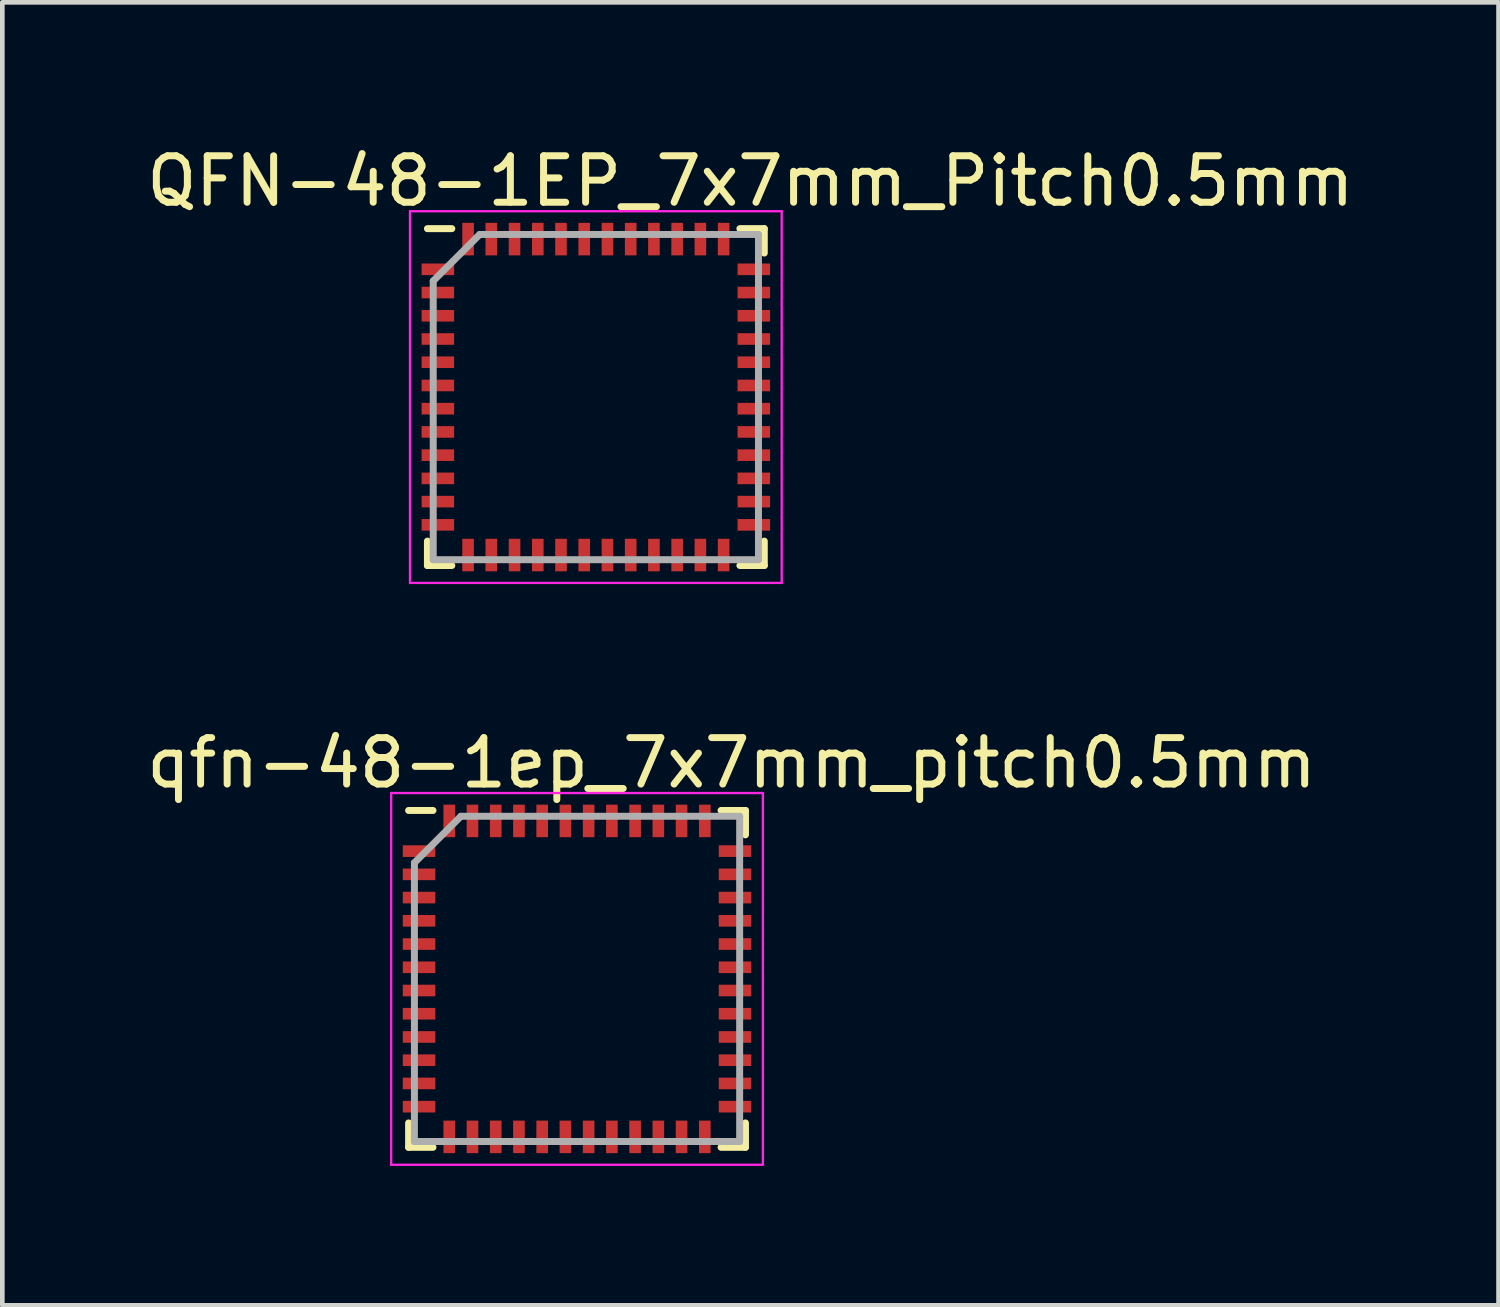
<source format=kicad_pcb>
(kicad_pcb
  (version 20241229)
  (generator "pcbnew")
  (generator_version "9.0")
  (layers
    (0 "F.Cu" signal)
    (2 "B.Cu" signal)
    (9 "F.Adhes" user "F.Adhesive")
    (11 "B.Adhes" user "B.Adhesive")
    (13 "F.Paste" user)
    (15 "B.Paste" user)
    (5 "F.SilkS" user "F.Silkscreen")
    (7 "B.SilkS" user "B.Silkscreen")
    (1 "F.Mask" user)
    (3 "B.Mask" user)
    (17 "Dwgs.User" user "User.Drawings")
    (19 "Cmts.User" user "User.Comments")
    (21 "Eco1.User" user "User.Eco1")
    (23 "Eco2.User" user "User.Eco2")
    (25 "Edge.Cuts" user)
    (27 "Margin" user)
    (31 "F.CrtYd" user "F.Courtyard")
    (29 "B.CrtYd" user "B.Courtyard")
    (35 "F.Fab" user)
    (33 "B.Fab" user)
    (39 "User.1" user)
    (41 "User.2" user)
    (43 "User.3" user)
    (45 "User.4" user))
  (footprint "qfn-48-1ep_7x7mm_pitch0.5mm"
    (layer "F.Cu")
    (at 9.369 18.018)
    (property "Reference" "qfn-48-1ep_7x7mm_pitch0.5mm" (at 3.327 -4.648 0) (layer "F.SilkS") (effects (font (size 1 1) (thickness 0.15))))
    (attr smd)
    (fp_line (start -3.625 -3.625) (end -3.1 -3.625) (stroke (width 0.15) (type solid)) (layer "F.SilkS"))
    (fp_line (start -3.625 3.625) (end -3.625 3.1) (stroke (width 0.15) (type solid)) (layer "F.SilkS"))
    (fp_line (start -3.625 3.625) (end -3.1 3.625) (stroke (width 0.15) (type solid)) (layer "F.SilkS"))
    (fp_line (start 3.625 -3.625) (end 3.1 -3.625) (stroke (width 0.15) (type solid)) (layer "F.SilkS"))
    (fp_line (start 3.625 -3.625) (end 3.625 -3.1) (stroke (width 0.15) (type solid)) (layer "F.SilkS"))
    (fp_line (start 3.625 3.625) (end 3.1 3.625) (stroke (width 0.15) (type solid)) (layer "F.SilkS"))
    (fp_line (start 3.625 3.625) (end 3.625 3.1) (stroke (width 0.15) (type solid)) (layer "F.SilkS"))
    (fp_line (start -4 -4) (end -4 4) (stroke (width 0.05) (type solid)) (layer "F.CrtYd"))
    (fp_line (start -4 -4) (end 4 -4) (stroke (width 0.05) (type solid)) (layer "F.CrtYd"))
    (fp_line (start -4 4) (end 4 4) (stroke (width 0.05) (type solid)) (layer "F.CrtYd"))
    (fp_line (start 4 -4) (end 4 4) (stroke (width 0.05) (type solid)) (layer "F.CrtYd"))
    (fp_line (start -3.5 -2.5) (end -2.5 -3.5) (stroke (width 0.15) (type solid)) (layer "F.Fab"))
    (fp_line (start -3.5 3.5) (end -3.5 -2.5) (stroke (width 0.15) (type solid)) (layer "F.Fab"))
    (fp_line (start -2.5 -3.5) (end 3.5 -3.5) (stroke (width 0.15) (type solid)) (layer "F.Fab"))
    (fp_line (start 3.5 -3.5) (end 3.5 3.5) (stroke (width 0.15) (type solid)) (layer "F.Fab"))
    (fp_line (start 3.5 3.5) (end -3.5 3.5) (stroke (width 0.15) (type solid)) (layer "F.Fab"))
    (pad "1" smd rect (at -3.4 -2.75) (size 0.7 0.25) (layers "F.Cu" "F.Mask" "F.Paste"))
    (pad "2" smd rect (at -3.4 -2.25) (size 0.7 0.25) (layers "F.Cu" "F.Mask" "F.Paste"))
    (pad "3" smd rect (at -3.4 -1.75) (size 0.7 0.25) (layers "F.Cu" "F.Mask" "F.Paste"))
    (pad "4" smd rect (at -3.4 -1.25) (size 0.7 0.25) (layers "F.Cu" "F.Mask" "F.Paste"))
    (pad "5" smd rect (at -3.4 -0.75) (size 0.7 0.25) (layers "F.Cu" "F.Mask" "F.Paste"))
    (pad "6" smd rect (at -3.4 -0.25) (size 0.7 0.25) (layers "F.Cu" "F.Mask" "F.Paste"))
    (pad "7" smd rect (at -3.4 0.25) (size 0.7 0.25) (layers "F.Cu" "F.Mask" "F.Paste"))
    (pad "8" smd rect (at -3.4 0.75) (size 0.7 0.25) (layers "F.Cu" "F.Mask" "F.Paste"))
    (pad "9" smd rect (at -3.4 1.25) (size 0.7 0.25) (layers "F.Cu" "F.Mask" "F.Paste"))
    (pad "10" smd rect (at -3.4 1.75) (size 0.7 0.25) (layers "F.Cu" "F.Mask" "F.Paste"))
    (pad "11" smd rect (at -3.4 2.25) (size 0.7 0.25) (layers "F.Cu" "F.Mask" "F.Paste"))
    (pad "12" smd rect (at -3.4 2.75) (size 0.7 0.25) (layers "F.Cu" "F.Mask" "F.Paste"))
    (pad "13" smd rect (at -2.75 3.4 90) (size 0.7 0.25) (layers "F.Cu" "F.Mask" "F.Paste"))
    (pad "14" smd rect (at -2.25 3.4 90) (size 0.7 0.25) (layers "F.Cu" "F.Mask" "F.Paste"))
    (pad "15" smd rect (at -1.75 3.4 90) (size 0.7 0.25) (layers "F.Cu" "F.Mask" "F.Paste"))
    (pad "16" smd rect (at -1.25 3.4 90) (size 0.7 0.25) (layers "F.Cu" "F.Mask" "F.Paste"))
    (pad "17" smd rect (at -0.75 3.4 90) (size 0.7 0.25) (layers "F.Cu" "F.Mask" "F.Paste"))
    (pad "18" smd rect (at -0.25 3.4 90) (size 0.7 0.25) (layers "F.Cu" "F.Mask" "F.Paste"))
    (pad "19" smd rect (at 0.25 3.4 90) (size 0.7 0.25) (layers "F.Cu" "F.Mask" "F.Paste"))
    (pad "20" smd rect (at 0.75 3.4 90) (size 0.7 0.25) (layers "F.Cu" "F.Mask" "F.Paste"))
    (pad "21" smd rect (at 1.25 3.4 90) (size 0.7 0.25) (layers "F.Cu" "F.Mask" "F.Paste"))
    (pad "22" smd rect (at 1.75 3.4 90) (size 0.7 0.25) (layers "F.Cu" "F.Mask" "F.Paste"))
    (pad "23" smd rect (at 2.25 3.4 90) (size 0.7 0.25) (layers "F.Cu" "F.Mask" "F.Paste"))
    (pad "24" smd rect (at 2.75 3.4 90) (size 0.7 0.25) (layers "F.Cu" "F.Mask" "F.Paste"))
    (pad "25" smd rect (at 3.4 2.75) (size 0.7 0.25) (layers "F.Cu" "F.Mask" "F.Paste"))
    (pad "26" smd rect (at 3.4 2.25) (size 0.7 0.25) (layers "F.Cu" "F.Mask" "F.Paste"))
    (pad "27" smd rect (at 3.4 1.75) (size 0.7 0.25) (layers "F.Cu" "F.Mask" "F.Paste"))
    (pad "28" smd rect (at 3.4 1.25) (size 0.7 0.25) (layers "F.Cu" "F.Mask" "F.Paste"))
    (pad "29" smd rect (at 3.4 0.75) (size 0.7 0.25) (layers "F.Cu" "F.Mask" "F.Paste"))
    (pad "30" smd rect (at 3.4 0.25) (size 0.7 0.25) (layers "F.Cu" "F.Mask" "F.Paste"))
    (pad "31" smd rect (at 3.4 -0.25) (size 0.7 0.25) (layers "F.Cu" "F.Mask" "F.Paste"))
    (pad "32" smd rect (at 3.4 -0.75) (size 0.7 0.25) (layers "F.Cu" "F.Mask" "F.Paste"))
    (pad "33" smd rect (at 3.4 -1.25) (size 0.7 0.25) (layers "F.Cu" "F.Mask" "F.Paste"))
    (pad "34" smd rect (at 3.4 -1.75) (size 0.7 0.25) (layers "F.Cu" "F.Mask" "F.Paste"))
    (pad "35" smd rect (at 3.4 -2.25) (size 0.7 0.25) (layers "F.Cu" "F.Mask" "F.Paste"))
    (pad "36" smd rect (at 3.4 -2.75) (size 0.7 0.25) (layers "F.Cu" "F.Mask" "F.Paste"))
    (pad "37" smd rect (at 2.75 -3.4 90) (size 0.7 0.25) (layers "F.Cu" "F.Mask" "F.Paste"))
    (pad "38" smd rect (at 2.25 -3.4 90) (size 0.7 0.25) (layers "F.Cu" "F.Mask" "F.Paste"))
    (pad "39" smd rect (at 1.75 -3.4 90) (size 0.7 0.25) (layers "F.Cu" "F.Mask" "F.Paste"))
    (pad "40" smd rect (at 1.25 -3.4 90) (size 0.7 0.25) (layers "F.Cu" "F.Mask" "F.Paste"))
    (pad "41" smd rect (at 0.75 -3.4 90) (size 0.7 0.25) (layers "F.Cu" "F.Mask" "F.Paste"))
    (pad "42" smd rect (at 0.25 -3.4 90) (size 0.7 0.25) (layers "F.Cu" "F.Mask" "F.Paste"))
    (pad "43" smd rect (at -0.25 -3.4 90) (size 0.7 0.25) (layers "F.Cu" "F.Mask" "F.Paste"))
    (pad "44" smd rect (at -0.75 -3.4 90) (size 0.7 0.25) (layers "F.Cu" "F.Mask" "F.Paste"))
    (pad "45" smd rect (at -1.25 -3.4 90) (size 0.7 0.25) (layers "F.Cu" "F.Mask" "F.Paste"))
    (pad "46" smd rect (at -1.75 -3.4 90) (size 0.7 0.25) (layers "F.Cu" "F.Mask" "F.Paste"))
    (pad "47" smd rect (at -2.25 -3.4 90) (size 0.7 0.25) (layers "F.Cu" "F.Mask" "F.Paste"))
    (pad "48" smd rect (at -2.75 -3.4 90) (size 0.7 0.25) (layers "F.Cu" "F.Mask" "F.Paste")))
  (footprint "QFN-48-1EP_7x7mm_Pitch0.5mm"
    (layer "F.Cu")
    (at 9.774 5.496)
    (property "Reference" "QFN-48-1EP_7x7mm_Pitch0.5mm" (at 3.327 -4.648 0) (layer "F.SilkS") (effects (font (size 1 1) (thickness 0.15))))
    (attr smd)
    (fp_line (start -3.625 -3.625) (end -3.1 -3.625) (stroke (width 0.15) (type solid)) (layer "F.SilkS"))
    (fp_line (start -3.625 3.625) (end -3.625 3.1) (stroke (width 0.15) (type solid)) (layer "F.SilkS"))
    (fp_line (start -3.625 3.625) (end -3.1 3.625) (stroke (width 0.15) (type solid)) (layer "F.SilkS"))
    (fp_line (start 3.625 -3.625) (end 3.1 -3.625) (stroke (width 0.15) (type solid)) (layer "F.SilkS"))
    (fp_line (start 3.625 -3.625) (end 3.625 -3.1) (stroke (width 0.15) (type solid)) (layer "F.SilkS"))
    (fp_line (start 3.625 3.625) (end 3.1 3.625) (stroke (width 0.15) (type solid)) (layer "F.SilkS"))
    (fp_line (start 3.625 3.625) (end 3.625 3.1) (stroke (width 0.15) (type solid)) (layer "F.SilkS"))
    (fp_line (start -4 -4) (end -4 4) (stroke (width 0.05) (type solid)) (layer "F.CrtYd"))
    (fp_line (start -4 -4) (end 4 -4) (stroke (width 0.05) (type solid)) (layer "F.CrtYd"))
    (fp_line (start -4 4) (end 4 4) (stroke (width 0.05) (type solid)) (layer "F.CrtYd"))
    (fp_line (start 4 -4) (end 4 4) (stroke (width 0.05) (type solid)) (layer "F.CrtYd"))
    (fp_line (start -3.5 -2.5) (end -2.5 -3.5) (stroke (width 0.15) (type solid)) (layer "F.Fab"))
    (fp_line (start -3.5 3.5) (end -3.5 -2.5) (stroke (width 0.15) (type solid)) (layer "F.Fab"))
    (fp_line (start -2.5 -3.5) (end 3.5 -3.5) (stroke (width 0.15) (type solid)) (layer "F.Fab"))
    (fp_line (start 3.5 -3.5) (end 3.5 3.5) (stroke (width 0.15) (type solid)) (layer "F.Fab"))
    (fp_line (start 3.5 3.5) (end -3.5 3.5) (stroke (width 0.15) (type solid)) (layer "F.Fab"))
    (pad "1" smd rect (at -3.4 -2.75) (size 0.7 0.25) (layers "F.Cu" "F.Mask" "F.Paste"))
    (pad "2" smd rect (at -3.4 -2.25) (size 0.7 0.25) (layers "F.Cu" "F.Mask" "F.Paste"))
    (pad "3" smd rect (at -3.4 -1.75) (size 0.7 0.25) (layers "F.Cu" "F.Mask" "F.Paste"))
    (pad "4" smd rect (at -3.4 -1.25) (size 0.7 0.25) (layers "F.Cu" "F.Mask" "F.Paste"))
    (pad "5" smd rect (at -3.4 -0.75) (size 0.7 0.25) (layers "F.Cu" "F.Mask" "F.Paste"))
    (pad "6" smd rect (at -3.4 -0.25) (size 0.7 0.25) (layers "F.Cu" "F.Mask" "F.Paste"))
    (pad "7" smd rect (at -3.4 0.25) (size 0.7 0.25) (layers "F.Cu" "F.Mask" "F.Paste"))
    (pad "8" smd rect (at -3.4 0.75) (size 0.7 0.25) (layers "F.Cu" "F.Mask" "F.Paste"))
    (pad "9" smd rect (at -3.4 1.25) (size 0.7 0.25) (layers "F.Cu" "F.Mask" "F.Paste"))
    (pad "10" smd rect (at -3.4 1.75) (size 0.7 0.25) (layers "F.Cu" "F.Mask" "F.Paste"))
    (pad "11" smd rect (at -3.4 2.25) (size 0.7 0.25) (layers "F.Cu" "F.Mask" "F.Paste"))
    (pad "12" smd rect (at -3.4 2.75) (size 0.7 0.25) (layers "F.Cu" "F.Mask" "F.Paste"))
    (pad "13" smd rect (at -2.75 3.4 90) (size 0.7 0.25) (layers "F.Cu" "F.Mask" "F.Paste"))
    (pad "14" smd rect (at -2.25 3.4 90) (size 0.7 0.25) (layers "F.Cu" "F.Mask" "F.Paste"))
    (pad "15" smd rect (at -1.75 3.4 90) (size 0.7 0.25) (layers "F.Cu" "F.Mask" "F.Paste"))
    (pad "16" smd rect (at -1.25 3.4 90) (size 0.7 0.25) (layers "F.Cu" "F.Mask" "F.Paste"))
    (pad "17" smd rect (at -0.75 3.4 90) (size 0.7 0.25) (layers "F.Cu" "F.Mask" "F.Paste"))
    (pad "18" smd rect (at -0.25 3.4 90) (size 0.7 0.25) (layers "F.Cu" "F.Mask" "F.Paste"))
    (pad "19" smd rect (at 0.25 3.4 90) (size 0.7 0.25) (layers "F.Cu" "F.Mask" "F.Paste"))
    (pad "20" smd rect (at 0.75 3.4 90) (size 0.7 0.25) (layers "F.Cu" "F.Mask" "F.Paste"))
    (pad "21" smd rect (at 1.25 3.4 90) (size 0.7 0.25) (layers "F.Cu" "F.Mask" "F.Paste"))
    (pad "22" smd rect (at 1.75 3.4 90) (size 0.7 0.25) (layers "F.Cu" "F.Mask" "F.Paste"))
    (pad "23" smd rect (at 2.25 3.4 90) (size 0.7 0.25) (layers "F.Cu" "F.Mask" "F.Paste"))
    (pad "24" smd rect (at 2.75 3.4 90) (size 0.7 0.25) (layers "F.Cu" "F.Mask" "F.Paste"))
    (pad "25" smd rect (at 3.4 2.75) (size 0.7 0.25) (layers "F.Cu" "F.Mask" "F.Paste"))
    (pad "26" smd rect (at 3.4 2.25) (size 0.7 0.25) (layers "F.Cu" "F.Mask" "F.Paste"))
    (pad "27" smd rect (at 3.4 1.75) (size 0.7 0.25) (layers "F.Cu" "F.Mask" "F.Paste"))
    (pad "28" smd rect (at 3.4 1.25) (size 0.7 0.25) (layers "F.Cu" "F.Mask" "F.Paste"))
    (pad "29" smd rect (at 3.4 0.75) (size 0.7 0.25) (layers "F.Cu" "F.Mask" "F.Paste"))
    (pad "30" smd rect (at 3.4 0.25) (size 0.7 0.25) (layers "F.Cu" "F.Mask" "F.Paste"))
    (pad "31" smd rect (at 3.4 -0.25) (size 0.7 0.25) (layers "F.Cu" "F.Mask" "F.Paste"))
    (pad "32" smd rect (at 3.4 -0.75) (size 0.7 0.25) (layers "F.Cu" "F.Mask" "F.Paste"))
    (pad "33" smd rect (at 3.4 -1.25) (size 0.7 0.25) (layers "F.Cu" "F.Mask" "F.Paste"))
    (pad "34" smd rect (at 3.4 -1.75) (size 0.7 0.25) (layers "F.Cu" "F.Mask" "F.Paste"))
    (pad "35" smd rect (at 3.4 -2.25) (size 0.7 0.25) (layers "F.Cu" "F.Mask" "F.Paste"))
    (pad "36" smd rect (at 3.4 -2.75) (size 0.7 0.25) (layers "F.Cu" "F.Mask" "F.Paste"))
    (pad "37" smd rect (at 2.75 -3.4 90) (size 0.7 0.25) (layers "F.Cu" "F.Mask" "F.Paste"))
    (pad "38" smd rect (at 2.25 -3.4 90) (size 0.7 0.25) (layers "F.Cu" "F.Mask" "F.Paste"))
    (pad "39" smd rect (at 1.75 -3.4 90) (size 0.7 0.25) (layers "F.Cu" "F.Mask" "F.Paste"))
    (pad "40" smd rect (at 1.25 -3.4 90) (size 0.7 0.25) (layers "F.Cu" "F.Mask" "F.Paste"))
    (pad "41" smd rect (at 0.75 -3.4 90) (size 0.7 0.25) (layers "F.Cu" "F.Mask" "F.Paste"))
    (pad "42" smd rect (at 0.25 -3.4 90) (size 0.7 0.25) (layers "F.Cu" "F.Mask" "F.Paste"))
    (pad "43" smd rect (at -0.25 -3.4 90) (size 0.7 0.25) (layers "F.Cu" "F.Mask" "F.Paste"))
    (pad "44" smd rect (at -0.75 -3.4 90) (size 0.7 0.25) (layers "F.Cu" "F.Mask" "F.Paste"))
    (pad "45" smd rect (at -1.25 -3.4 90) (size 0.7 0.25) (layers "F.Cu" "F.Mask" "F.Paste"))
    (pad "46" smd rect (at -1.75 -3.4 90) (size 0.7 0.25) (layers "F.Cu" "F.Mask" "F.Paste"))
    (pad "47" smd rect (at -2.25 -3.4 90) (size 0.7 0.25) (layers "F.Cu" "F.Mask" "F.Paste"))
    (pad "48" smd rect (at -2.75 -3.4 90) (size 0.7 0.25) (layers "F.Cu" "F.Mask" "F.Paste")))
  (gr_rect
    (start -3 -3)
    (end 29.202 25.043)
    (stroke (width 0.1) (type default))
    (fill no)
    (layer "Edge.Cuts")))
</source>
